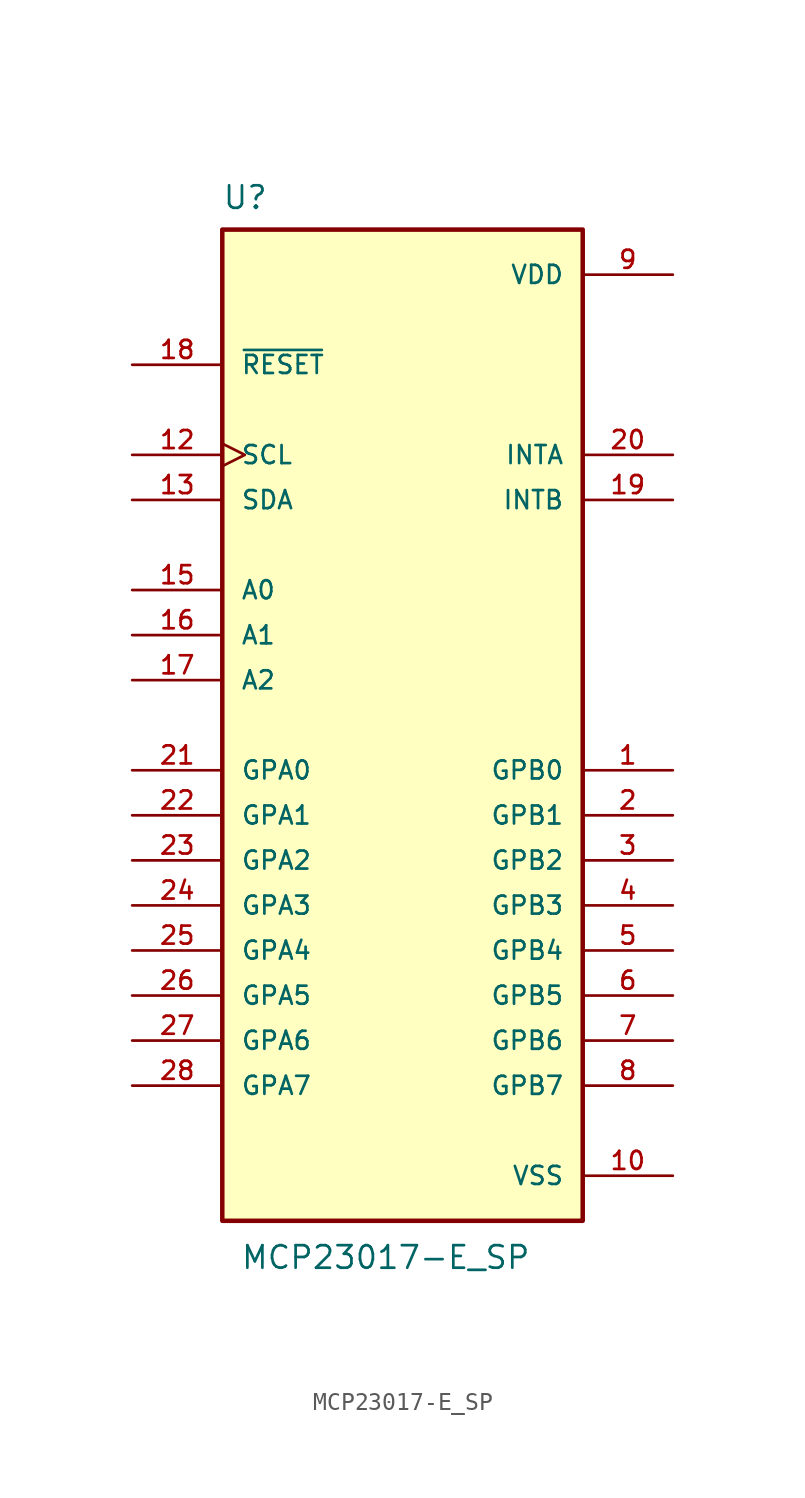
<source format=kicad_sym>
(kicad_symbol_lib
  (version 20220914)
  (generator kicad_symbol_editor)
  (symbol "MCP23017-E_SP"
    (pin_names
      (offset 1.016))
    (property "Reference" "U"
      (at -10.179 29.006 0)
      (effects (font (size 1.27 1.27)) (justify left bottom)))
    (property "Value" "MCP23017-E_SP"
      (at -9.149 -30.748 0)
      (effects (font (size 1.27 1.27)) (justify left bottom)))
    (symbol "MCP23017-E_SP_0_0"
      (rectangle (start -10.16 -27.94) (end 10.16 27.94) (stroke (width 0.254) (type default)) (fill (type background)))
      (pin bidirectional line (at 15.24 -2.54 180) (length 5.08) (name "GPB0" (effects (font (size 1.016 1.016)))) (number "1" (effects (font (size 1.016 1.016)))))
      (pin power_in line (at 15.24 -25.4 180) (length 5.08) (name "VSS" (effects (font (size 1.016 1.016)))) (number "10" (effects (font (size 1.016 1.016)))))
      (pin input clock (at -15.24 15.24 0) (length 5.08) (name "SCL" (effects (font (size 1.016 1.016)))) (number "12" (effects (font (size 1.016 1.016)))))
      (pin bidirectional line (at -15.24 12.7 0) (length 5.08) (name "SDA" (effects (font (size 1.016 1.016)))) (number "13" (effects (font (size 1.016 1.016)))))
      (pin input line (at -15.24 7.62 0) (length 5.08) (name "A0" (effects (font (size 1.016 1.016)))) (number "15" (effects (font (size 1.016 1.016)))))
      (pin input line (at -15.24 5.08 0) (length 5.08) (name "A1" (effects (font (size 1.016 1.016)))) (number "16" (effects (font (size 1.016 1.016)))))
      (pin input line (at -15.24 2.54 0) (length 5.08) (name "A2" (effects (font (size 1.016 1.016)))) (number "17" (effects (font (size 1.016 1.016)))))
      (pin input line (at -15.24 20.32 0) (length 5.08) (name "~{RESET}" (effects (font (size 1.016 1.016)))) (number "18" (effects (font (size 1.016 1.016)))))
      (pin output line (at 15.24 12.7 180) (length 5.08) (name "INTB" (effects (font (size 1.016 1.016)))) (number "19" (effects (font (size 1.016 1.016)))))
      (pin bidirectional line (at 15.24 -5.08 180) (length 5.08) (name "GPB1" (effects (font (size 1.016 1.016)))) (number "2" (effects (font (size 1.016 1.016)))))
      (pin output line (at 15.24 15.24 180) (length 5.08) (name "INTA" (effects (font (size 1.016 1.016)))) (number "20" (effects (font (size 1.016 1.016)))))
      (pin bidirectional line (at -15.24 -2.54 0) (length 5.08) (name "GPA0" (effects (font (size 1.016 1.016)))) (number "21" (effects (font (size 1.016 1.016)))))
      (pin bidirectional line (at -15.24 -5.08 0) (length 5.08) (name "GPA1" (effects (font (size 1.016 1.016)))) (number "22" (effects (font (size 1.016 1.016)))))
      (pin bidirectional line (at -15.24 -7.62 0) (length 5.08) (name "GPA2" (effects (font (size 1.016 1.016)))) (number "23" (effects (font (size 1.016 1.016)))))
      (pin bidirectional line (at -15.24 -10.16 0) (length 5.08) (name "GPA3" (effects (font (size 1.016 1.016)))) (number "24" (effects (font (size 1.016 1.016)))))
      (pin bidirectional line (at -15.24 -12.7 0) (length 5.08) (name "GPA4" (effects (font (size 1.016 1.016)))) (number "25" (effects (font (size 1.016 1.016)))))
      (pin bidirectional line (at -15.24 -15.24 0) (length 5.08) (name "GPA5" (effects (font (size 1.016 1.016)))) (number "26" (effects (font (size 1.016 1.016)))))
      (pin bidirectional line (at -15.24 -17.78 0) (length 5.08) (name "GPA6" (effects (font (size 1.016 1.016)))) (number "27" (effects (font (size 1.016 1.016)))))
      (pin bidirectional line (at -15.24 -20.32 0) (length 5.08) (name "GPA7" (effects (font (size 1.016 1.016)))) (number "28" (effects (font (size 1.016 1.016)))))
      (pin bidirectional line (at 15.24 -7.62 180) (length 5.08) (name "GPB2" (effects (font (size 1.016 1.016)))) (number "3" (effects (font (size 1.016 1.016)))))
      (pin bidirectional line (at 15.24 -10.16 180) (length 5.08) (name "GPB3" (effects (font (size 1.016 1.016)))) (number "4" (effects (font (size 1.016 1.016)))))
      (pin bidirectional line (at 15.24 -12.7 180) (length 5.08) (name "GPB4" (effects (font (size 1.016 1.016)))) (number "5" (effects (font (size 1.016 1.016)))))
      (pin bidirectional line (at 15.24 -15.24 180) (length 5.08) (name "GPB5" (effects (font (size 1.016 1.016)))) (number "6" (effects (font (size 1.016 1.016)))))
      (pin bidirectional line (at 15.24 -17.78 180) (length 5.08) (name "GPB6" (effects (font (size 1.016 1.016)))) (number "7" (effects (font (size 1.016 1.016)))))
      (pin bidirectional line (at 15.24 -20.32 180) (length 5.08) (name "GPB7" (effects (font (size 1.016 1.016)))) (number "8" (effects (font (size 1.016 1.016)))))
      (pin power_in line (at 15.24 25.4 180) (length 5.08) (name "VDD" (effects (font (size 1.016 1.016)))) (number "9" (effects (font (size 1.016 1.016))))))))
</source>
